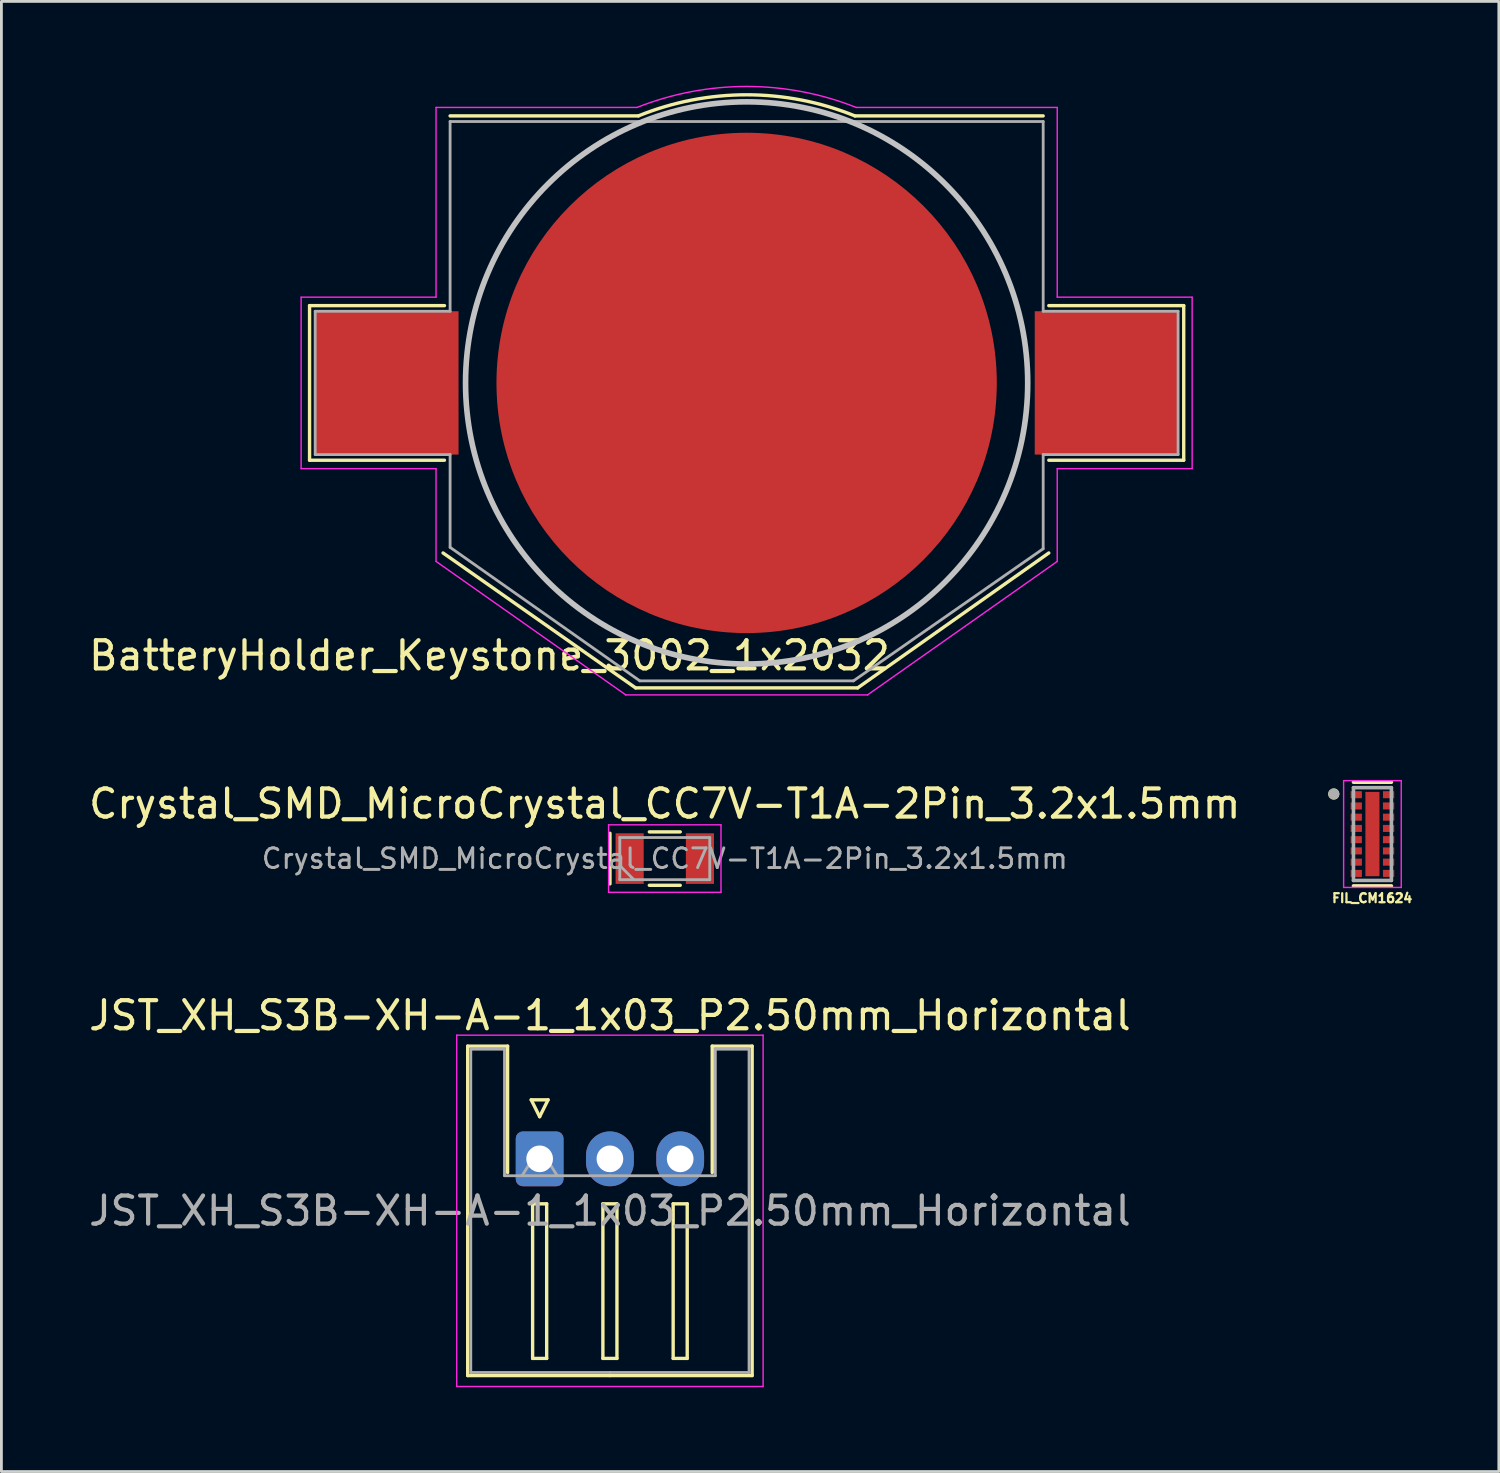
<source format=kicad_pcb>
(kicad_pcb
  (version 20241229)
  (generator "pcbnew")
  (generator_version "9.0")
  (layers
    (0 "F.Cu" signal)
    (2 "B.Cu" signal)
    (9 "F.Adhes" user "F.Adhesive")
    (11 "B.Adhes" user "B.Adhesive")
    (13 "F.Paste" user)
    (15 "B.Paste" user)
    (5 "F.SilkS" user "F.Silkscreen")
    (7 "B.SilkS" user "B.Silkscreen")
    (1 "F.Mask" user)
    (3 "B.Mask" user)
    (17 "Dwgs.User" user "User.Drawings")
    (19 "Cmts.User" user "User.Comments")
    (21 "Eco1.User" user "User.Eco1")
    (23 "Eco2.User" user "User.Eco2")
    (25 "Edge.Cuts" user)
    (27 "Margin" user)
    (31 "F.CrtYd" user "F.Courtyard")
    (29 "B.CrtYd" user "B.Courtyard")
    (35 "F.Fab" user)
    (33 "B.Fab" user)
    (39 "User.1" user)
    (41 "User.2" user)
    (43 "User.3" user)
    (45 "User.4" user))
  (footprint "FIL_CM1624"
    (layer "F.Cu")
    (at 45.777 26.623)
    (property "Reference" "FIL_CM1624" (at -0.009 2.28 180) (layer "F.SilkS") (effects (font (size 0.32 0.32) (thickness 0.15))))
    (attr smd)
    (fp_poly (pts (xy -0.825 -1.575) (xy -0.325 -1.575) (xy -0.325 -1.225) (xy -0.825 -1.225)) (stroke (width 0.01) (type solid)) (fill yes) (layer "F.Mask"))
    (fp_poly (pts (xy -0.825 -1.175) (xy -0.325 -1.175) (xy -0.325 -0.825) (xy -0.825 -0.825)) (stroke (width 0.01) (type solid)) (fill yes) (layer "F.Mask"))
    (fp_poly (pts (xy -0.825 -0.775) (xy -0.325 -0.775) (xy -0.325 -0.425) (xy -0.825 -0.425)) (stroke (width 0.01) (type solid)) (fill yes) (layer "F.Mask"))
    (fp_poly (pts (xy -0.825 -0.375) (xy -0.325 -0.375) (xy -0.325 -0.025) (xy -0.825 -0.025)) (stroke (width 0.01) (type solid)) (fill yes) (layer "F.Mask"))
    (fp_poly (pts (xy -0.825 0.025) (xy -0.325 0.025) (xy -0.325 0.375) (xy -0.825 0.375)) (stroke (width 0.01) (type solid)) (fill yes) (layer "F.Mask"))
    (fp_poly (pts (xy -0.825 0.425) (xy -0.325 0.425) (xy -0.325 0.775) (xy -0.825 0.775)) (stroke (width 0.01) (type solid)) (fill yes) (layer "F.Mask"))
    (fp_poly (pts (xy -0.825 0.825) (xy -0.325 0.825) (xy -0.325 1.175) (xy -0.825 1.175)) (stroke (width 0.01) (type solid)) (fill yes) (layer "F.Mask"))
    (fp_poly (pts (xy -0.825 1.225) (xy -0.325 1.225) (xy -0.325 1.575) (xy -0.825 1.575)) (stroke (width 0.01) (type solid)) (fill yes) (layer "F.Mask"))
    (fp_poly (pts (xy -0.3 -1.55) (xy 0.3 -1.55) (xy 0.3 1.55) (xy -0.3 1.55)) (stroke (width 0.01) (type solid)) (fill yes) (layer "F.Mask"))
    (fp_poly (pts (xy 0.325 -1.575) (xy 0.825 -1.575) (xy 0.825 -1.225) (xy 0.325 -1.225)) (stroke (width 0.01) (type solid)) (fill yes) (layer "F.Mask"))
    (fp_poly (pts (xy 0.325 -1.175) (xy 0.825 -1.175) (xy 0.825 -0.825) (xy 0.325 -0.825)) (stroke (width 0.01) (type solid)) (fill yes) (layer "F.Mask"))
    (fp_poly (pts (xy 0.325 -0.775) (xy 0.825 -0.775) (xy 0.825 -0.425) (xy 0.325 -0.425)) (stroke (width 0.01) (type solid)) (fill yes) (layer "F.Mask"))
    (fp_poly (pts (xy 0.325 -0.375) (xy 0.825 -0.375) (xy 0.825 -0.025) (xy 0.325 -0.025)) (stroke (width 0.01) (type solid)) (fill yes) (layer "F.Mask"))
    (fp_poly (pts (xy 0.325 0.025) (xy 0.825 0.025) (xy 0.825 0.375) (xy 0.325 0.375)) (stroke (width 0.01) (type solid)) (fill yes) (layer "F.Mask"))
    (fp_poly (pts (xy 0.325 0.425) (xy 0.825 0.425) (xy 0.825 0.775) (xy 0.325 0.775)) (stroke (width 0.01) (type solid)) (fill yes) (layer "F.Mask"))
    (fp_poly (pts (xy 0.325 0.825) (xy 0.825 0.825) (xy 0.825 1.175) (xy 0.325 1.175)) (stroke (width 0.01) (type solid)) (fill yes) (layer "F.Mask"))
    (fp_poly (pts (xy 0.325 1.225) (xy 0.825 1.225) (xy 0.825 1.575) (xy 0.325 1.575)) (stroke (width 0.01) (type solid)) (fill yes) (layer "F.Mask"))
    (fp_line (start -0.675 -1.845) (end 0.675 -1.845) (stroke (width 0.127) (type solid)) (layer "F.SilkS"))
    (fp_line (start 0.675 1.845) (end -0.675 1.845) (stroke (width 0.127) (type solid)) (layer "F.SilkS"))
    (fp_circle (center -1.375 -1.425) (end -1.275 -1.425) (stroke (width 0.2) (type solid)) (fill no) (layer "F.SilkS"))
    (fp_line (start -1.025 -1.9) (end -1.025 1.9) (stroke (width 0.05) (type solid)) (layer "F.CrtYd"))
    (fp_line (start -1.025 1.9) (end 1.025 1.9) (stroke (width 0.05) (type solid)) (layer "F.CrtYd"))
    (fp_line (start 1.025 -1.9) (end -1.025 -1.9) (stroke (width 0.05) (type solid)) (layer "F.CrtYd"))
    (fp_line (start 1.025 1.9) (end 1.025 -1.9) (stroke (width 0.05) (type solid)) (layer "F.CrtYd"))
    (fp_line (start -0.675 -1.65) (end 0.675 -1.65) (stroke (width 0.127) (type solid)) (layer "F.Fab"))
    (fp_line (start -0.675 1.65) (end -0.675 -1.65) (stroke (width 0.127) (type solid)) (layer "F.Fab"))
    (fp_line (start 0.675 -1.65) (end 0.675 1.65) (stroke (width 0.127) (type solid)) (layer "F.Fab"))
    (fp_line (start 0.675 1.65) (end -0.675 1.65) (stroke (width 0.127) (type solid)) (layer "F.Fab"))
    (fp_circle (center -1.375 -1.425) (end -1.275 -1.425) (stroke (width 0.2) (type solid)) (fill no) (layer "F.Fab"))
    (pad "1" smd rect (at -0.575 -1.4) (size 0.4 0.25) (layers "F.Cu" "F.Paste"))
    (pad "2" smd rect (at -0.575 -1) (size 0.4 0.25) (layers "F.Cu" "F.Paste"))
    (pad "3" smd rect (at -0.575 -0.6) (size 0.4 0.25) (layers "F.Cu" "F.Paste"))
    (pad "4" smd rect (at -0.575 -0.2) (size 0.4 0.25) (layers "F.Cu" "F.Paste"))
    (pad "5" smd rect (at -0.575 0.2) (size 0.4 0.25) (layers "F.Cu" "F.Paste"))
    (pad "6" smd rect (at -0.575 0.6) (size 0.4 0.25) (layers "F.Cu" "F.Paste"))
    (pad "7" smd rect (at -0.575 1) (size 0.4 0.25) (layers "F.Cu" "F.Paste"))
    (pad "8" smd rect (at -0.575 1.4) (size 0.4 0.25) (layers "F.Cu" "F.Paste"))
    (pad "9" smd rect (at 0.575 1.4) (size 0.4 0.25) (layers "F.Cu" "F.Paste"))
    (pad "10" smd rect (at 0.575 1) (size 0.4 0.25) (layers "F.Cu" "F.Paste"))
    (pad "11" smd rect (at 0.575 0.6) (size 0.4 0.25) (layers "F.Cu" "F.Paste"))
    (pad "12" smd rect (at 0.575 0.2) (size 0.4 0.25) (layers "F.Cu" "F.Paste"))
    (pad "13" smd rect (at 0.575 -0.2) (size 0.4 0.25) (layers "F.Cu" "F.Paste"))
    (pad "14" smd rect (at 0.575 -0.6) (size 0.4 0.25) (layers "F.Cu" "F.Paste"))
    (pad "15" smd rect (at 0.575 -1) (size 0.4 0.25) (layers "F.Cu" "F.Paste"))
    (pad "16" smd rect (at 0.575 -1.4) (size 0.4 0.25) (layers "F.Cu" "F.Paste"))
    (pad "17" smd rect (at 0 0) (size 0.5 3) (layers "F.Cu" "F.Paste")))
  (footprint "JST_XH_S3B-XH-A-1_1x03_P2.50mm_Horizontal"
    (layer "F.Cu")
    (at 16.149 38.178)
    (property "Reference" "JST_XH_S3B-XH-A-1_1x03_P2.50mm_Horizontal" (at 2.5 -5.1 180) (layer "F.SilkS") (effects (font (size 1 1) (thickness 0.15))))
    (attr through_hole)
    (fp_line (start -2.56 -4.01) (end -1.14 -4.01) (stroke (width 0.12) (type solid)) (layer "F.SilkS"))
    (fp_line (start -2.56 7.71) (end -2.56 -4.01) (stroke (width 0.12) (type solid)) (layer "F.SilkS"))
    (fp_line (start -1.14 -4.01) (end -1.14 0.49) (stroke (width 0.12) (type solid)) (layer "F.SilkS"))
    (fp_line (start -0.3 -2.1) (end 0.3 -2.1) (stroke (width 0.12) (type solid)) (layer "F.SilkS"))
    (fp_line (start -0.25 1.6) (end -0.25 7.1) (stroke (width 0.12) (type solid)) (layer "F.SilkS"))
    (fp_line (start -0.25 7.1) (end 0.25 7.1) (stroke (width 0.12) (type solid)) (layer "F.SilkS"))
    (fp_line (start 0 -1.5) (end -0.3 -2.1) (stroke (width 0.12) (type solid)) (layer "F.SilkS"))
    (fp_line (start 0.25 1.6) (end -0.25 1.6) (stroke (width 0.12) (type solid)) (layer "F.SilkS"))
    (fp_line (start 0.25 7.1) (end 0.25 1.6) (stroke (width 0.12) (type solid)) (layer "F.SilkS"))
    (fp_line (start 0.3 -2.1) (end 0 -1.5) (stroke (width 0.12) (type solid)) (layer "F.SilkS"))
    (fp_line (start 2.25 1.6) (end 2.25 7.1) (stroke (width 0.12) (type solid)) (layer "F.SilkS"))
    (fp_line (start 2.25 7.1) (end 2.75 7.1) (stroke (width 0.12) (type solid)) (layer "F.SilkS"))
    (fp_line (start 2.5 7.71) (end -2.56 7.71) (stroke (width 0.12) (type solid)) (layer "F.SilkS"))
    (fp_line (start 2.5 7.71) (end 7.56 7.71) (stroke (width 0.12) (type solid)) (layer "F.SilkS"))
    (fp_line (start 2.75 1.6) (end 2.25 1.6) (stroke (width 0.12) (type solid)) (layer "F.SilkS"))
    (fp_line (start 2.75 7.1) (end 2.75 1.6) (stroke (width 0.12) (type solid)) (layer "F.SilkS"))
    (fp_line (start 4.75 1.6) (end 4.75 7.1) (stroke (width 0.12) (type solid)) (layer "F.SilkS"))
    (fp_line (start 4.75 7.1) (end 5.25 7.1) (stroke (width 0.12) (type solid)) (layer "F.SilkS"))
    (fp_line (start 5.25 1.6) (end 4.75 1.6) (stroke (width 0.12) (type solid)) (layer "F.SilkS"))
    (fp_line (start 5.25 7.1) (end 5.25 1.6) (stroke (width 0.12) (type solid)) (layer "F.SilkS"))
    (fp_line (start 6.14 -4.01) (end 6.14 0.49) (stroke (width 0.12) (type solid)) (layer "F.SilkS"))
    (fp_line (start 7.56 -4.01) (end 6.14 -4.01) (stroke (width 0.12) (type solid)) (layer "F.SilkS"))
    (fp_line (start 7.56 7.71) (end 7.56 -4.01) (stroke (width 0.12) (type solid)) (layer "F.SilkS"))
    (fp_line (start -2.95 -4.4) (end -2.95 8.1) (stroke (width 0.05) (type solid)) (layer "F.CrtYd"))
    (fp_line (start -2.95 8.1) (end 7.95 8.1) (stroke (width 0.05) (type solid)) (layer "F.CrtYd"))
    (fp_line (start 7.95 -4.4) (end -2.95 -4.4) (stroke (width 0.05) (type solid)) (layer "F.CrtYd"))
    (fp_line (start 7.95 8.1) (end 7.95 -4.4) (stroke (width 0.05) (type solid)) (layer "F.CrtYd"))
    (fp_line (start -2.45 -3.9) (end -1.25 -3.9) (stroke (width 0.1) (type solid)) (layer "F.Fab"))
    (fp_line (start -2.45 7.6) (end -2.45 -3.9) (stroke (width 0.1) (type solid)) (layer "F.Fab"))
    (fp_line (start -1.25 -3.9) (end -1.25 0.6) (stroke (width 0.1) (type solid)) (layer "F.Fab"))
    (fp_line (start -1.25 0.6) (end 2.5 0.6) (stroke (width 0.1) (type solid)) (layer "F.Fab"))
    (fp_line (start -0.625 0.6) (end 0 -0.4) (stroke (width 0.1) (type solid)) (layer "F.Fab"))
    (fp_line (start 0 -0.4) (end 0.625 0.6) (stroke (width 0.1) (type solid)) (layer "F.Fab"))
    (fp_line (start 2.5 7.6) (end -2.45 7.6) (stroke (width 0.1) (type solid)) (layer "F.Fab"))
    (fp_line (start 2.5 7.6) (end 7.45 7.6) (stroke (width 0.1) (type solid)) (layer "F.Fab"))
    (fp_line (start 6.25 -3.9) (end 6.25 0.6) (stroke (width 0.1) (type solid)) (layer "F.Fab"))
    (fp_line (start 6.25 0.6) (end 2.5 0.6) (stroke (width 0.1) (type solid)) (layer "F.Fab"))
    (fp_line (start 7.45 -3.9) (end 6.25 -3.9) (stroke (width 0.1) (type solid)) (layer "F.Fab"))
    (fp_line (start 7.45 7.6) (end 7.45 -3.9) (stroke (width 0.1) (type solid)) (layer "F.Fab"))
    (fp_text user "${REFERENCE}" (at 2.5 1.85 180) (layer "F.Fab") (effects (font (size 1 1) (thickness 0.15))))
    (pad "1" thru_hole roundrect (at 0 0) (size 1.7 1.95) (drill 0.95) (layers "*.Cu" "*.Mask") (roundrect_rratio 0.147))
    (pad "2" thru_hole oval (at 2.5 0) (size 1.7 1.95) (drill 0.95) (layers "*.Cu" "*.Mask"))
    (pad "3" thru_hole oval (at 5 0) (size 1.7 1.95) (drill 0.95) (layers "*.Cu" "*.Mask")))
  (footprint "BatteryHolder_Keystone_3002_1x2032"
    (layer "F.Cu")
    (at 23.513 10.573)
    (property "Reference" "BatteryHolder_Keystone_3002_1x2032" (at -9.15 9.7 0) (layer "F.SilkS") (effects (font (size 1 1) (thickness 0.15))))
    (attr smd)
    (fp_line (start -15.55 -2.75) (end -15.55 2.75) (stroke (width 0.12) (type solid)) (layer "F.SilkS"))
    (fp_line (start -15.55 2.75) (end -10.75 2.75) (stroke (width 0.12) (type solid)) (layer "F.SilkS"))
    (fp_line (start -10.8 6.05) (end -3.95 10.85) (stroke (width 0.12) (type solid)) (layer "F.SilkS"))
    (fp_line (start -10.75 -2.75) (end -15.55 -2.75) (stroke (width 0.12) (type solid)) (layer "F.SilkS"))
    (fp_line (start -10.55 -9.5) (end -3.85 -9.5) (stroke (width 0.12) (type solid)) (layer "F.SilkS"))
    (fp_line (start -3.95 10.85) (end 3.95 10.85) (stroke (width 0.12) (type solid)) (layer "F.SilkS"))
    (fp_line (start 3.95 10.85) (end 10.75 6.05) (stroke (width 0.12) (type solid)) (layer "F.SilkS"))
    (fp_line (start 10.55 -9.5) (end 3.85 -9.5) (stroke (width 0.12) (type solid)) (layer "F.SilkS"))
    (fp_line (start 10.75 2.75) (end 15.55 2.75) (stroke (width 0.12) (type solid)) (layer "F.SilkS"))
    (fp_line (start 15.55 -2.75) (end 10.75 -2.75) (stroke (width 0.12) (type solid)) (layer "F.SilkS"))
    (fp_line (start 15.55 2.75) (end 15.55 -2.75) (stroke (width 0.12) (type solid)) (layer "F.SilkS"))
    (fp_arc (start -3.846385 -9.501464) (mid 0.00195 -10.250487) (end 3.85 -9.5) (stroke (width 0.12) (type solid)) (layer "F.SilkS"))
    (fp_circle (center 0 0) (end 10 0) (stroke (width 0.2) (type solid)) (fill no) (layer "Dwgs.User"))
    (fp_line (start -15.85 -3.05) (end -11.05 -3.05) (stroke (width 0.05) (type solid)) (layer "F.CrtYd"))
    (fp_line (start -15.85 3.05) (end -15.85 -3.05) (stroke (width 0.05) (type solid)) (layer "F.CrtYd"))
    (fp_line (start -11.05 -9.8) (end -3.9 -9.8) (stroke (width 0.05) (type solid)) (layer "F.CrtYd"))
    (fp_line (start -11.05 -3.05) (end -11.05 -9.8) (stroke (width 0.05) (type solid)) (layer "F.CrtYd"))
    (fp_line (start -11.05 3.05) (end -15.85 3.05) (stroke (width 0.05) (type solid)) (layer "F.CrtYd"))
    (fp_line (start -11.05 6.35) (end -11.05 3.05) (stroke (width 0.05) (type solid)) (layer "F.CrtYd"))
    (fp_line (start -4.3 11.1) (end -11.05 6.35) (stroke (width 0.05) (type solid)) (layer "F.CrtYd"))
    (fp_line (start 4.3 11.1) (end -4.3 11.1) (stroke (width 0.05) (type solid)) (layer "F.CrtYd"))
    (fp_line (start 11.05 -9.8) (end 3.9 -9.8) (stroke (width 0.05) (type solid)) (layer "F.CrtYd"))
    (fp_line (start 11.05 -9.8) (end 11.05 -3.05) (stroke (width 0.05) (type solid)) (layer "F.CrtYd"))
    (fp_line (start 11.05 -3.05) (end 15.85 -3.05) (stroke (width 0.05) (type solid)) (layer "F.CrtYd"))
    (fp_line (start 11.05 3.05) (end 11.05 6.35) (stroke (width 0.05) (type solid)) (layer "F.CrtYd"))
    (fp_line (start 11.05 6.35) (end 4.3 11.1) (stroke (width 0.05) (type solid)) (layer "F.CrtYd"))
    (fp_line (start 15.85 -3.05) (end 15.85 3.05) (stroke (width 0.05) (type solid)) (layer "F.CrtYd"))
    (fp_line (start 15.85 3.05) (end 11.05 3.05) (stroke (width 0.05) (type solid)) (layer "F.CrtYd"))
    (fp_arc (start -3.9 -9.8) (mid 0 -10.547512) (end 3.9 -9.8) (stroke (width 0.05) (type solid)) (layer "F.CrtYd"))
    (fp_line (start -15.35 -2.55) (end -15.35 2.55) (stroke (width 0.1) (type solid)) (layer "F.Fab"))
    (fp_line (start -15.35 -2.55) (end -10.55 -2.55) (stroke (width 0.1) (type solid)) (layer "F.Fab"))
    (fp_line (start -15.35 2.55) (end -10.55 2.55) (stroke (width 0.1) (type solid)) (layer "F.Fab"))
    (fp_line (start -10.55 -2.55) (end -10.55 -9.3) (stroke (width 0.1) (type solid)) (layer "F.Fab"))
    (fp_line (start -10.55 2.55) (end -10.55 5.85) (stroke (width 0.1) (type solid)) (layer "F.Fab"))
    (fp_line (start -10.55 5.85) (end -3.8 10.6) (stroke (width 0.1) (type solid)) (layer "F.Fab"))
    (fp_line (start -3.8 10.6) (end 3.8 10.6) (stroke (width 0.1) (type solid)) (layer "F.Fab"))
    (fp_line (start 10.55 -9.3) (end -10.55 -9.3) (stroke (width 0.1) (type solid)) (layer "F.Fab"))
    (fp_line (start 10.55 -2.55) (end 10.55 -9.3) (stroke (width 0.1) (type solid)) (layer "F.Fab"))
    (fp_line (start 10.55 2.55) (end 10.55 5.9) (stroke (width 0.1) (type solid)) (layer "F.Fab"))
    (fp_line (start 10.55 2.55) (end 15.35 2.55) (stroke (width 0.1) (type solid)) (layer "F.Fab"))
    (fp_line (start 10.55 5.9) (end 3.8 10.6) (stroke (width 0.1) (type solid)) (layer "F.Fab"))
    (fp_line (start 15.35 -2.55) (end 10.55 -2.55) (stroke (width 0.1) (type solid)) (layer "F.Fab"))
    (fp_line (start 15.35 2.55) (end 15.35 -2.55) (stroke (width 0.1) (type solid)) (layer "F.Fab"))
    (pad "1" smd rect (at -12.8 0 180) (size 5.1 5.1) (layers "F.Cu" "F.Mask" "F.Paste"))
    (pad "1" smd rect (at 12.8 0 180) (size 5.1 5.1) (layers "F.Cu" "F.Mask" "F.Paste"))
    (pad "2" smd circle (at 0 0 180) (size 17.8 17.8) (layers "F.Cu" "F.Mask")))
  (footprint "Crystal_SMD_MicroCrystal_CC7V-T1A-2Pin_3.2x1.5mm"
    (layer "F.Cu")
    (at 20.601 27.496)
    (property "Reference" "Crystal_SMD_MicroCrystal_CC7V-T1A-2Pin_3.2x1.5mm" (at 0 -1.95 180) (layer "F.SilkS") (effects (font (size 1 1) (thickness 0.15))))
    (attr smd)
    (fp_line (start -1.95 -0.9) (end -1.95 0.9) (stroke (width 0.12) (type solid)) (layer "F.SilkS"))
    (fp_line (start -0.55 -0.95) (end 0.55 -0.95) (stroke (width 0.12) (type solid)) (layer "F.SilkS"))
    (fp_line (start -0.55 0.95) (end 0.55 0.95) (stroke (width 0.12) (type solid)) (layer "F.SilkS"))
    (fp_line (start -2 -1.2) (end -2 1.2) (stroke (width 0.05) (type solid)) (layer "F.CrtYd"))
    (fp_line (start -2 1.2) (end 2 1.2) (stroke (width 0.05) (type solid)) (layer "F.CrtYd"))
    (fp_line (start 2 -1.2) (end -2 -1.2) (stroke (width 0.05) (type solid)) (layer "F.CrtYd"))
    (fp_line (start 2 1.2) (end 2 -1.2) (stroke (width 0.05) (type solid)) (layer "F.CrtYd"))
    (fp_line (start -1.6 -0.75) (end -1.6 0.75) (stroke (width 0.1) (type solid)) (layer "F.Fab"))
    (fp_line (start -1.6 0.25) (end -1.1 0.75) (stroke (width 0.1) (type solid)) (layer "F.Fab"))
    (fp_line (start -1.6 0.75) (end 1.6 0.75) (stroke (width 0.1) (type solid)) (layer "F.Fab"))
    (fp_line (start 1.6 -0.75) (end -1.6 -0.75) (stroke (width 0.1) (type solid)) (layer "F.Fab"))
    (fp_line (start 1.6 0.75) (end 1.6 -0.75) (stroke (width 0.1) (type solid)) (layer "F.Fab"))
    (fp_text user "${REFERENCE}" (at 0 0 180) (layer "F.Fab") (effects (font (size 0.7 0.7) (thickness 0.105))))
    (pad "1" smd rect (at -1.25 0) (size 1 1.8) (layers "F.Cu" "F.Mask" "F.Paste"))
    (pad "2" smd rect (at 1.25 0) (size 1 1.8) (layers "F.Cu" "F.Mask" "F.Paste")))
  (gr_rect
    (start -3 -3)
    (end 50.274 49.303)
    (stroke (width 0.1) (type default))
    (fill no)
    (layer "Edge.Cuts")))
</source>
